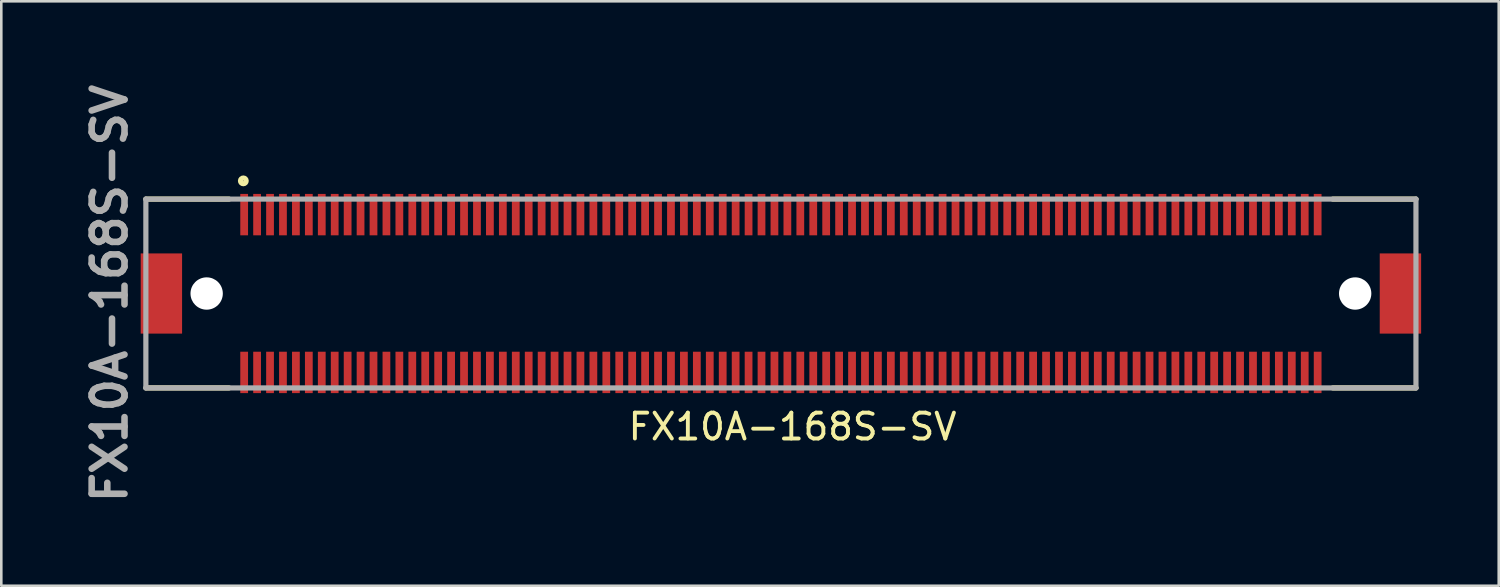
<source format=kicad_pcb>
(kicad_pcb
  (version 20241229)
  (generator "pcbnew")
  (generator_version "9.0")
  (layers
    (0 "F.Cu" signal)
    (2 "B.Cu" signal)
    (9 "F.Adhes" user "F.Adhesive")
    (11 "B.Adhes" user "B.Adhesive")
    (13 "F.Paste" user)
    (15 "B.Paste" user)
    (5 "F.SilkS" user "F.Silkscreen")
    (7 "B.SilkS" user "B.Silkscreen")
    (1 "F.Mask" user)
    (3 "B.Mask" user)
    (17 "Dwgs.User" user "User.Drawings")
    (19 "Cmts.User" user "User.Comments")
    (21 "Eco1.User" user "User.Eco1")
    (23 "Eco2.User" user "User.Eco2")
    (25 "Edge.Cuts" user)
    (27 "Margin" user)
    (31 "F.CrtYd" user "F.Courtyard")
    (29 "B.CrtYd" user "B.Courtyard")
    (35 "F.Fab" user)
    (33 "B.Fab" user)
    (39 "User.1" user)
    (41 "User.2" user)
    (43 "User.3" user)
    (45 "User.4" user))
  (footprint "FX10A-168S-SV"
    (layer "F.Cu")
    (at 27.489 8.247)
    (property "Reference" "FX10A-168S-SV" (at 0.1 5.2 0) (unlocked yes) (layer "F.SilkS") (effects (font (size 1 1) (thickness 0.15))))
    (attr smd)
    (fp_line (start -24.9 -3.6) (end -21.686 -3.6) (stroke (width 0.2) (type solid)) (layer "F.SilkS"))
    (fp_line (start -24.9 3.7) (end -21.686 3.7) (stroke (width 0.2) (type solid)) (layer "F.SilkS"))
    (fp_line (start 24.2 -3.6) (end 20.986 -3.6) (stroke (width 0.2) (type solid)) (layer "F.SilkS"))
    (fp_line (start 24.2 3.7) (end 20.986 3.7) (stroke (width 0.2) (type solid)) (layer "F.SilkS"))
    (fp_circle (center -21.132 -4.305) (end -21.132 -4.295) (stroke (width 0.2) (type solid)) (fill no) (layer "F.SilkS"))
    (fp_line (start -24.9 -3.6) (end 24.2 -3.6) (stroke (width 0.2) (type solid)) (layer "F.Fab"))
    (fp_line (start -24.9 3.7) (end -24.9 -3.6) (stroke (width 0.2) (type solid)) (layer "F.Fab"))
    (fp_line (start 24.2 -3.6) (end 24.2 3.7) (stroke (width 0.2) (type solid)) (layer "F.Fab"))
    (fp_line (start 24.2 3.7) (end -24.9 3.7) (stroke (width 0.2) (type solid)) (layer "F.Fab"))
    (fp_text user "${REFERENCE}" (at -26.3 0.05 270) (layer "F.Fab") (effects (font (size 1.27 1.27) (thickness 0.254))))
    (pad "" np_thru_hole circle (at -22.55 0.05) (size 1.25 1.25) (drill 1.25) (layers "*.Cu" "*.Mask"))
    (pad "" np_thru_hole circle (at 21.85 0.05) (size 1.25 1.25) (drill 1.25) (layers "*.Cu" "*.Mask"))
    (pad "1" smd rect (at -21.1 -3) (size 0.3 1.6) (layers "F.Cu" "F.Mask" "F.Paste"))
    (pad "2" smd rect (at -20.6 -3) (size 0.3 1.6) (layers "F.Cu" "F.Mask" "F.Paste"))
    (pad "3" smd rect (at -20.1 -3) (size 0.3 1.6) (layers "F.Cu" "F.Mask" "F.Paste"))
    (pad "4" smd rect (at -19.6 -3) (size 0.3 1.6) (layers "F.Cu" "F.Mask" "F.Paste"))
    (pad "5" smd rect (at -19.1 -3) (size 0.3 1.6) (layers "F.Cu" "F.Mask" "F.Paste"))
    (pad "6" smd rect (at -18.6 -3) (size 0.3 1.6) (layers "F.Cu" "F.Mask" "F.Paste"))
    (pad "7" smd rect (at -18.1 -3) (size 0.3 1.6) (layers "F.Cu" "F.Mask" "F.Paste"))
    (pad "8" smd rect (at -17.6 -3) (size 0.3 1.6) (layers "F.Cu" "F.Mask" "F.Paste"))
    (pad "9" smd rect (at -17.1 -3) (size 0.3 1.6) (layers "F.Cu" "F.Mask" "F.Paste"))
    (pad "10" smd rect (at -16.6 -3) (size 0.3 1.6) (layers "F.Cu" "F.Mask" "F.Paste"))
    (pad "11" smd rect (at -16.1 -3) (size 0.3 1.6) (layers "F.Cu" "F.Mask" "F.Paste"))
    (pad "12" smd rect (at -15.6 -3) (size 0.3 1.6) (layers "F.Cu" "F.Mask" "F.Paste"))
    (pad "13" smd rect (at -15.1 -3) (size 0.3 1.6) (layers "F.Cu" "F.Mask" "F.Paste"))
    (pad "14" smd rect (at -14.6 -3) (size 0.3 1.6) (layers "F.Cu" "F.Mask" "F.Paste"))
    (pad "15" smd rect (at -14.1 -3) (size 0.3 1.6) (layers "F.Cu" "F.Mask" "F.Paste"))
    (pad "16" smd rect (at -13.6 -3) (size 0.3 1.6) (layers "F.Cu" "F.Mask" "F.Paste"))
    (pad "17" smd rect (at -13.1 -3) (size 0.3 1.6) (layers "F.Cu" "F.Mask" "F.Paste"))
    (pad "18" smd rect (at -12.6 -3) (size 0.3 1.6) (layers "F.Cu" "F.Mask" "F.Paste"))
    (pad "19" smd rect (at -12.1 -3) (size 0.3 1.6) (layers "F.Cu" "F.Mask" "F.Paste"))
    (pad "20" smd rect (at -11.6 -3) (size 0.3 1.6) (layers "F.Cu" "F.Mask" "F.Paste"))
    (pad "21" smd rect (at -11.1 -3) (size 0.3 1.6) (layers "F.Cu" "F.Mask" "F.Paste"))
    (pad "22" smd rect (at -10.6 -3) (size 0.3 1.6) (layers "F.Cu" "F.Mask" "F.Paste"))
    (pad "23" smd rect (at -10.1 -3) (size 0.3 1.6) (layers "F.Cu" "F.Mask" "F.Paste"))
    (pad "24" smd rect (at -9.6 -3) (size 0.3 1.6) (layers "F.Cu" "F.Mask" "F.Paste"))
    (pad "25" smd rect (at -9.1 -3) (size 0.3 1.6) (layers "F.Cu" "F.Mask" "F.Paste"))
    (pad "26" smd rect (at -8.6 -3) (size 0.3 1.6) (layers "F.Cu" "F.Mask" "F.Paste"))
    (pad "27" smd rect (at -8.1 -3) (size 0.3 1.6) (layers "F.Cu" "F.Mask" "F.Paste"))
    (pad "28" smd rect (at -7.6 -3) (size 0.3 1.6) (layers "F.Cu" "F.Mask" "F.Paste"))
    (pad "29" smd rect (at -7.1 -3) (size 0.3 1.6) (layers "F.Cu" "F.Mask" "F.Paste"))
    (pad "30" smd rect (at -6.6 -3) (size 0.3 1.6) (layers "F.Cu" "F.Mask" "F.Paste"))
    (pad "31" smd rect (at -6.1 -3) (size 0.3 1.6) (layers "F.Cu" "F.Mask" "F.Paste"))
    (pad "32" smd rect (at -5.6 -3) (size 0.3 1.6) (layers "F.Cu" "F.Mask" "F.Paste"))
    (pad "33" smd rect (at -5.1 -3) (size 0.3 1.6) (layers "F.Cu" "F.Mask" "F.Paste"))
    (pad "34" smd rect (at -4.6 -3) (size 0.3 1.6) (layers "F.Cu" "F.Mask" "F.Paste"))
    (pad "35" smd rect (at -4.1 -3) (size 0.3 1.6) (layers "F.Cu" "F.Mask" "F.Paste"))
    (pad "36" smd rect (at -3.6 -3) (size 0.3 1.6) (layers "F.Cu" "F.Mask" "F.Paste"))
    (pad "37" smd rect (at -3.1 -3) (size 0.3 1.6) (layers "F.Cu" "F.Mask" "F.Paste"))
    (pad "38" smd rect (at -2.6 -3) (size 0.3 1.6) (layers "F.Cu" "F.Mask" "F.Paste"))
    (pad "39" smd rect (at -2.1 -3) (size 0.3 1.6) (layers "F.Cu" "F.Mask" "F.Paste"))
    (pad "40" smd rect (at -1.6 -3) (size 0.3 1.6) (layers "F.Cu" "F.Mask" "F.Paste"))
    (pad "41" smd rect (at -1.1 -3) (size 0.3 1.6) (layers "F.Cu" "F.Mask" "F.Paste"))
    (pad "42" smd rect (at -0.6 -3) (size 0.3 1.6) (layers "F.Cu" "F.Mask" "F.Paste"))
    (pad "43" smd rect (at -0.1 -3) (size 0.3 1.6) (layers "F.Cu" "F.Mask" "F.Paste"))
    (pad "44" smd rect (at 0.4 -3) (size 0.3 1.6) (layers "F.Cu" "F.Mask" "F.Paste"))
    (pad "45" smd rect (at 0.9 -3) (size 0.3 1.6) (layers "F.Cu" "F.Mask" "F.Paste"))
    (pad "46" smd rect (at 1.4 -3) (size 0.3 1.6) (layers "F.Cu" "F.Mask" "F.Paste"))
    (pad "47" smd rect (at 1.9 -3) (size 0.3 1.6) (layers "F.Cu" "F.Mask" "F.Paste"))
    (pad "48" smd rect (at 2.4 -3) (size 0.3 1.6) (layers "F.Cu" "F.Mask" "F.Paste"))
    (pad "49" smd rect (at 2.9 -3) (size 0.3 1.6) (layers "F.Cu" "F.Mask" "F.Paste"))
    (pad "50" smd rect (at 3.4 -3) (size 0.3 1.6) (layers "F.Cu" "F.Mask" "F.Paste"))
    (pad "51" smd rect (at 3.9 -3) (size 0.3 1.6) (layers "F.Cu" "F.Mask" "F.Paste"))
    (pad "52" smd rect (at 4.4 -3) (size 0.3 1.6) (layers "F.Cu" "F.Mask" "F.Paste"))
    (pad "53" smd rect (at 4.9 -3) (size 0.3 1.6) (layers "F.Cu" "F.Mask" "F.Paste"))
    (pad "54" smd rect (at 5.4 -3) (size 0.3 1.6) (layers "F.Cu" "F.Mask" "F.Paste"))
    (pad "55" smd rect (at 5.9 -3) (size 0.3 1.6) (layers "F.Cu" "F.Mask" "F.Paste"))
    (pad "56" smd rect (at 6.4 -3) (size 0.3 1.6) (layers "F.Cu" "F.Mask" "F.Paste"))
    (pad "57" smd rect (at 6.9 -3) (size 0.3 1.6) (layers "F.Cu" "F.Mask" "F.Paste"))
    (pad "58" smd rect (at 7.4 -3) (size 0.3 1.6) (layers "F.Cu" "F.Mask" "F.Paste"))
    (pad "59" smd rect (at 7.9 -3) (size 0.3 1.6) (layers "F.Cu" "F.Mask" "F.Paste"))
    (pad "60" smd rect (at 8.4 -3) (size 0.3 1.6) (layers "F.Cu" "F.Mask" "F.Paste"))
    (pad "61" smd rect (at 8.9 -3) (size 0.3 1.6) (layers "F.Cu" "F.Mask" "F.Paste"))
    (pad "62" smd rect (at 9.4 -3) (size 0.3 1.6) (layers "F.Cu" "F.Mask" "F.Paste"))
    (pad "63" smd rect (at 9.9 -3) (size 0.3 1.6) (layers "F.Cu" "F.Mask" "F.Paste"))
    (pad "64" smd rect (at 10.4 -3) (size 0.3 1.6) (layers "F.Cu" "F.Mask" "F.Paste"))
    (pad "65" smd rect (at 10.9 -3) (size 0.3 1.6) (layers "F.Cu" "F.Mask" "F.Paste"))
    (pad "66" smd rect (at 11.4 -3) (size 0.3 1.6) (layers "F.Cu" "F.Mask" "F.Paste"))
    (pad "67" smd rect (at 11.9 -3) (size 0.3 1.6) (layers "F.Cu" "F.Mask" "F.Paste"))
    (pad "68" smd rect (at 12.4 -3) (size 0.3 1.6) (layers "F.Cu" "F.Mask" "F.Paste"))
    (pad "69" smd rect (at 12.9 -3) (size 0.3 1.6) (layers "F.Cu" "F.Mask" "F.Paste"))
    (pad "70" smd rect (at 13.4 -3) (size 0.3 1.6) (layers "F.Cu" "F.Mask" "F.Paste"))
    (pad "71" smd rect (at 13.9 -3) (size 0.3 1.6) (layers "F.Cu" "F.Mask" "F.Paste"))
    (pad "72" smd rect (at 14.4 -3) (size 0.3 1.6) (layers "F.Cu" "F.Mask" "F.Paste"))
    (pad "73" smd rect (at 14.9 -3) (size 0.3 1.6) (layers "F.Cu" "F.Mask" "F.Paste"))
    (pad "74" smd rect (at 15.4 -3) (size 0.3 1.6) (layers "F.Cu" "F.Mask" "F.Paste"))
    (pad "75" smd rect (at 15.9 -3) (size 0.3 1.6) (layers "F.Cu" "F.Mask" "F.Paste"))
    (pad "76" smd rect (at 16.4 -3) (size 0.3 1.6) (layers "F.Cu" "F.Mask" "F.Paste"))
    (pad "77" smd rect (at 16.9 -3) (size 0.3 1.6) (layers "F.Cu" "F.Mask" "F.Paste"))
    (pad "78" smd rect (at 17.4 -3) (size 0.3 1.6) (layers "F.Cu" "F.Mask" "F.Paste"))
    (pad "79" smd rect (at 17.9 -3) (size 0.3 1.6) (layers "F.Cu" "F.Mask" "F.Paste"))
    (pad "80" smd rect (at 18.4 -3) (size 0.3 1.6) (layers "F.Cu" "F.Mask" "F.Paste"))
    (pad "81" smd rect (at 18.9 -3) (size 0.3 1.6) (layers "F.Cu" "F.Mask" "F.Paste"))
    (pad "82" smd rect (at 19.4 -3) (size 0.3 1.6) (layers "F.Cu" "F.Mask" "F.Paste"))
    (pad "83" smd rect (at 19.9 -3) (size 0.3 1.6) (layers "F.Cu" "F.Mask" "F.Paste"))
    (pad "84" smd rect (at 20.4 -3) (size 0.3 1.6) (layers "F.Cu" "F.Mask" "F.Paste"))
    (pad "85" smd rect (at 20.4 3.1) (size 0.3 1.6) (layers "F.Cu" "F.Mask" "F.Paste"))
    (pad "86" smd rect (at 19.9 3.1) (size 0.3 1.6) (layers "F.Cu" "F.Mask" "F.Paste"))
    (pad "87" smd rect (at 19.4 3.1) (size 0.3 1.6) (layers "F.Cu" "F.Mask" "F.Paste"))
    (pad "88" smd rect (at 18.9 3.1) (size 0.3 1.6) (layers "F.Cu" "F.Mask" "F.Paste"))
    (pad "89" smd rect (at 18.4 3.1) (size 0.3 1.6) (layers "F.Cu" "F.Mask" "F.Paste"))
    (pad "90" smd rect (at 17.9 3.1) (size 0.3 1.6) (layers "F.Cu" "F.Mask" "F.Paste"))
    (pad "91" smd rect (at 17.4 3.1) (size 0.3 1.6) (layers "F.Cu" "F.Mask" "F.Paste"))
    (pad "92" smd rect (at 16.9 3.1) (size 0.3 1.6) (layers "F.Cu" "F.Mask" "F.Paste"))
    (pad "93" smd rect (at 16.4 3.1) (size 0.3 1.6) (layers "F.Cu" "F.Mask" "F.Paste"))
    (pad "94" smd rect (at 15.9 3.1) (size 0.3 1.6) (layers "F.Cu" "F.Mask" "F.Paste"))
    (pad "95" smd rect (at 15.4 3.1) (size 0.3 1.6) (layers "F.Cu" "F.Mask" "F.Paste"))
    (pad "96" smd rect (at 14.9 3.1) (size 0.3 1.6) (layers "F.Cu" "F.Mask" "F.Paste"))
    (pad "97" smd rect (at 14.4 3.1) (size 0.3 1.6) (layers "F.Cu" "F.Mask" "F.Paste"))
    (pad "98" smd rect (at 13.9 3.1) (size 0.3 1.6) (layers "F.Cu" "F.Mask" "F.Paste"))
    (pad "99" smd rect (at 13.4 3.1) (size 0.3 1.6) (layers "F.Cu" "F.Mask" "F.Paste"))
    (pad "100" smd rect (at 12.9 3.1) (size 0.3 1.6) (layers "F.Cu" "F.Mask" "F.Paste"))
    (pad "101" smd rect (at 12.4 3.1) (size 0.3 1.6) (layers "F.Cu" "F.Mask" "F.Paste"))
    (pad "102" smd rect (at 11.9 3.1) (size 0.3 1.6) (layers "F.Cu" "F.Mask" "F.Paste"))
    (pad "103" smd rect (at 11.4 3.1) (size 0.3 1.6) (layers "F.Cu" "F.Mask" "F.Paste"))
    (pad "104" smd rect (at 10.9 3.1) (size 0.3 1.6) (layers "F.Cu" "F.Mask" "F.Paste"))
    (pad "105" smd rect (at 10.4 3.1) (size 0.3 1.6) (layers "F.Cu" "F.Mask" "F.Paste"))
    (pad "106" smd rect (at 9.9 3.1) (size 0.3 1.6) (layers "F.Cu" "F.Mask" "F.Paste"))
    (pad "107" smd rect (at 9.4 3.1) (size 0.3 1.6) (layers "F.Cu" "F.Mask" "F.Paste"))
    (pad "108" smd rect (at 8.9 3.1) (size 0.3 1.6) (layers "F.Cu" "F.Mask" "F.Paste"))
    (pad "109" smd rect (at 8.4 3.1) (size 0.3 1.6) (layers "F.Cu" "F.Mask" "F.Paste"))
    (pad "110" smd rect (at 7.9 3.1) (size 0.3 1.6) (layers "F.Cu" "F.Mask" "F.Paste"))
    (pad "111" smd rect (at 7.4 3.1) (size 0.3 1.6) (layers "F.Cu" "F.Mask" "F.Paste"))
    (pad "112" smd rect (at 6.9 3.1) (size 0.3 1.6) (layers "F.Cu" "F.Mask" "F.Paste"))
    (pad "113" smd rect (at 6.4 3.1) (size 0.3 1.6) (layers "F.Cu" "F.Mask" "F.Paste"))
    (pad "114" smd rect (at 5.9 3.1) (size 0.3 1.6) (layers "F.Cu" "F.Mask" "F.Paste"))
    (pad "115" smd rect (at 5.4 3.1) (size 0.3 1.6) (layers "F.Cu" "F.Mask" "F.Paste"))
    (pad "116" smd rect (at 4.9 3.1) (size 0.3 1.6) (layers "F.Cu" "F.Mask" "F.Paste"))
    (pad "117" smd rect (at 4.4 3.1) (size 0.3 1.6) (layers "F.Cu" "F.Mask" "F.Paste"))
    (pad "118" smd rect (at 3.9 3.1) (size 0.3 1.6) (layers "F.Cu" "F.Mask" "F.Paste"))
    (pad "119" smd rect (at 3.4 3.1) (size 0.3 1.6) (layers "F.Cu" "F.Mask" "F.Paste"))
    (pad "120" smd rect (at 2.9 3.1) (size 0.3 1.6) (layers "F.Cu" "F.Mask" "F.Paste"))
    (pad "121" smd rect (at 2.4 3.1) (size 0.3 1.6) (layers "F.Cu" "F.Mask" "F.Paste"))
    (pad "122" smd rect (at 1.9 3.1) (size 0.3 1.6) (layers "F.Cu" "F.Mask" "F.Paste"))
    (pad "123" smd rect (at 1.4 3.1) (size 0.3 1.6) (layers "F.Cu" "F.Mask" "F.Paste"))
    (pad "124" smd rect (at 0.9 3.1) (size 0.3 1.6) (layers "F.Cu" "F.Mask" "F.Paste"))
    (pad "125" smd rect (at 0.4 3.1) (size 0.3 1.6) (layers "F.Cu" "F.Mask" "F.Paste"))
    (pad "126" smd rect (at -0.1 3.1) (size 0.3 1.6) (layers "F.Cu" "F.Mask" "F.Paste"))
    (pad "127" smd rect (at -0.6 3.1) (size 0.3 1.6) (layers "F.Cu" "F.Mask" "F.Paste"))
    (pad "128" smd rect (at -1.1 3.1) (size 0.3 1.6) (layers "F.Cu" "F.Mask" "F.Paste"))
    (pad "129" smd rect (at -1.6 3.1) (size 0.3 1.6) (layers "F.Cu" "F.Mask" "F.Paste"))
    (pad "130" smd rect (at -2.1 3.1) (size 0.3 1.6) (layers "F.Cu" "F.Mask" "F.Paste"))
    (pad "131" smd rect (at -2.6 3.1) (size 0.3 1.6) (layers "F.Cu" "F.Mask" "F.Paste"))
    (pad "132" smd rect (at -3.1 3.1) (size 0.3 1.6) (layers "F.Cu" "F.Mask" "F.Paste"))
    (pad "133" smd rect (at -3.6 3.1) (size 0.3 1.6) (layers "F.Cu" "F.Mask" "F.Paste"))
    (pad "134" smd rect (at -4.1 3.1) (size 0.3 1.6) (layers "F.Cu" "F.Mask" "F.Paste"))
    (pad "135" smd rect (at -4.6 3.1) (size 0.3 1.6) (layers "F.Cu" "F.Mask" "F.Paste"))
    (pad "136" smd rect (at -5.1 3.1) (size 0.3 1.6) (layers "F.Cu" "F.Mask" "F.Paste"))
    (pad "137" smd rect (at -5.6 3.1) (size 0.3 1.6) (layers "F.Cu" "F.Mask" "F.Paste"))
    (pad "138" smd rect (at -6.1 3.1) (size 0.3 1.6) (layers "F.Cu" "F.Mask" "F.Paste"))
    (pad "139" smd rect (at -6.6 3.1) (size 0.3 1.6) (layers "F.Cu" "F.Mask" "F.Paste"))
    (pad "140" smd rect (at -7.1 3.1) (size 0.3 1.6) (layers "F.Cu" "F.Mask" "F.Paste"))
    (pad "141" smd rect (at -7.6 3.1) (size 0.3 1.6) (layers "F.Cu" "F.Mask" "F.Paste"))
    (pad "142" smd rect (at -8.1 3.1) (size 0.3 1.6) (layers "F.Cu" "F.Mask" "F.Paste"))
    (pad "143" smd rect (at -8.6 3.1) (size 0.3 1.6) (layers "F.Cu" "F.Mask" "F.Paste"))
    (pad "144" smd rect (at -9.1 3.1) (size 0.3 1.6) (layers "F.Cu" "F.Mask" "F.Paste"))
    (pad "145" smd rect (at -9.6 3.1) (size 0.3 1.6) (layers "F.Cu" "F.Mask" "F.Paste"))
    (pad "146" smd rect (at -10.1 3.1) (size 0.3 1.6) (layers "F.Cu" "F.Mask" "F.Paste"))
    (pad "147" smd rect (at -10.6 3.1) (size 0.3 1.6) (layers "F.Cu" "F.Mask" "F.Paste"))
    (pad "148" smd rect (at -11.1 3.1) (size 0.3 1.6) (layers "F.Cu" "F.Mask" "F.Paste"))
    (pad "149" smd rect (at -11.6 3.1) (size 0.3 1.6) (layers "F.Cu" "F.Mask" "F.Paste"))
    (pad "150" smd rect (at -12.1 3.1) (size 0.3 1.6) (layers "F.Cu" "F.Mask" "F.Paste"))
    (pad "151" smd rect (at -12.6 3.1) (size 0.3 1.6) (layers "F.Cu" "F.Mask" "F.Paste"))
    (pad "152" smd rect (at -13.1 3.1) (size 0.3 1.6) (layers "F.Cu" "F.Mask" "F.Paste"))
    (pad "153" smd rect (at -13.6 3.1) (size 0.3 1.6) (layers "F.Cu" "F.Mask" "F.Paste"))
    (pad "154" smd rect (at -14.1 3.1) (size 0.3 1.6) (layers "F.Cu" "F.Mask" "F.Paste"))
    (pad "155" smd rect (at -14.6 3.1) (size 0.3 1.6) (layers "F.Cu" "F.Mask" "F.Paste"))
    (pad "156" smd rect (at -15.1 3.1) (size 0.3 1.6) (layers "F.Cu" "F.Mask" "F.Paste"))
    (pad "157" smd rect (at -15.6 3.1) (size 0.3 1.6) (layers "F.Cu" "F.Mask" "F.Paste"))
    (pad "158" smd rect (at -16.1 3.1) (size 0.3 1.6) (layers "F.Cu" "F.Mask" "F.Paste"))
    (pad "159" smd rect (at -16.6 3.1) (size 0.3 1.6) (layers "F.Cu" "F.Mask" "F.Paste"))
    (pad "160" smd rect (at -17.1 3.1) (size 0.3 1.6) (layers "F.Cu" "F.Mask" "F.Paste"))
    (pad "161" smd rect (at -17.6 3.1) (size 0.3 1.6) (layers "F.Cu" "F.Mask" "F.Paste"))
    (pad "162" smd rect (at -18.1 3.1) (size 0.3 1.6) (layers "F.Cu" "F.Mask" "F.Paste"))
    (pad "163" smd rect (at -18.6 3.1) (size 0.3 1.6) (layers "F.Cu" "F.Mask" "F.Paste"))
    (pad "164" smd rect (at -19.1 3.1) (size 0.3 1.6) (layers "F.Cu" "F.Mask" "F.Paste"))
    (pad "165" smd rect (at -19.6 3.1) (size 0.3 1.6) (layers "F.Cu" "F.Mask" "F.Paste"))
    (pad "166" smd rect (at -20.1 3.1) (size 0.3 1.6) (layers "F.Cu" "F.Mask" "F.Paste"))
    (pad "167" smd rect (at -20.6 3.1) (size 0.3 1.6) (layers "F.Cu" "F.Mask" "F.Paste"))
    (pad "168" smd rect (at -21.1 3.1) (size 0.3 1.6) (layers "F.Cu" "F.Mask" "F.Paste" "Eco2.User"))
    (pad "169" smd rect (at -24.3 0.05) (size 1.6 3.1) (layers "F.Cu" "F.Mask" "F.Paste"))
    (pad "170" smd rect (at 23.6 0.05) (size 1.6 3.1) (layers "F.Cu" "F.Mask" "F.Paste")))
  (gr_rect
    (start -3 -3)
    (end 54.889 19.595)
    (stroke (width 0.1) (type default))
    (fill no)
    (layer "Edge.Cuts")))
</source>
